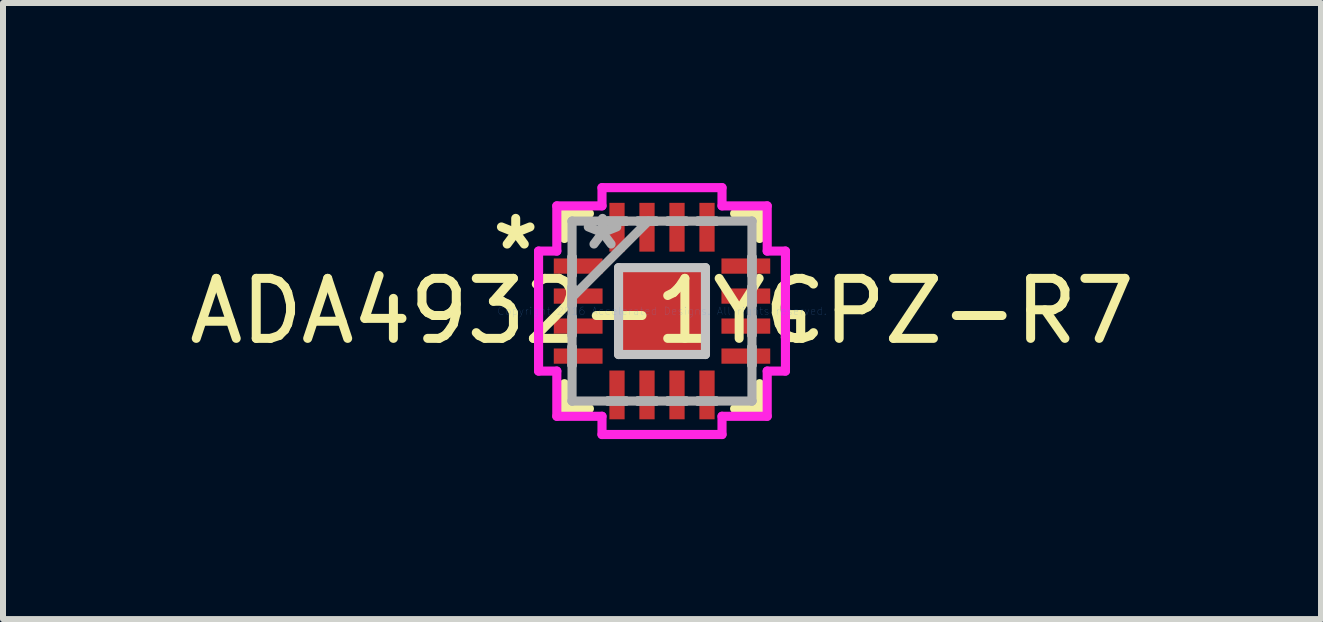
<source format=kicad_pcb>
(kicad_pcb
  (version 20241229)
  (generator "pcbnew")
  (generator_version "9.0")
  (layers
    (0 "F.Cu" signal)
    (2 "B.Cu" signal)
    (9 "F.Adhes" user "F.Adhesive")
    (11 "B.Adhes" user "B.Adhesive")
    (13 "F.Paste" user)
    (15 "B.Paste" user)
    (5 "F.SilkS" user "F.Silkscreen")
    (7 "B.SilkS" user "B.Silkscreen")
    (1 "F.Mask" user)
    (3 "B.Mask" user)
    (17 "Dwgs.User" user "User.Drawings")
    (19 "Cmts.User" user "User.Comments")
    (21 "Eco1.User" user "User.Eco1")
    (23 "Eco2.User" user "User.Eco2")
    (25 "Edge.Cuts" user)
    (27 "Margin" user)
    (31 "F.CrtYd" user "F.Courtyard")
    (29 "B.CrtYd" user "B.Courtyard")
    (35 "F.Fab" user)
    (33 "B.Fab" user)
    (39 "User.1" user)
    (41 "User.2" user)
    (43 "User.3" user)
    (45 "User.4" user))
  (footprint "ADA4932-1YCPZ-R7"
    (layer "F.Cu")
    (at 7.982 2.134)
    (property "Reference" "ADA4932-1YCPZ-R7" (at 0 0 0) (layer "F.SilkS") (effects (font (size 1 1) (thickness 0.15))))
    (attr through_hole)
    (fp_line (start -1.626 -1.626) (end -1.626 -1.21) (stroke (width 0.152) (type solid)) (layer "F.SilkS"))
    (fp_line (start -1.626 1.21) (end -1.626 1.626) (stroke (width 0.152) (type solid)) (layer "F.SilkS"))
    (fp_line (start -1.626 1.626) (end -1.21 1.626) (stroke (width 0.152) (type solid)) (layer "F.SilkS"))
    (fp_line (start -1.21 -1.626) (end -1.626 -1.626) (stroke (width 0.152) (type solid)) (layer "F.SilkS"))
    (fp_line (start 1.21 1.626) (end 1.626 1.626) (stroke (width 0.152) (type solid)) (layer "F.SilkS"))
    (fp_line (start 1.626 -1.626) (end 1.21 -1.626) (stroke (width 0.152) (type solid)) (layer "F.SilkS"))
    (fp_line (start 1.626 -1.21) (end 1.626 -1.626) (stroke (width 0.152) (type solid)) (layer "F.SilkS"))
    (fp_line (start 1.626 1.626) (end 1.626 1.21) (stroke (width 0.152) (type solid)) (layer "F.SilkS"))
    (fp_line (start 2.057 0.059) (end 2.311 0.059) (stroke (width 0.152) (type solid)) (layer "F.SilkS"))
    (fp_line (start 2.057 0.441) (end 2.057 0.059) (stroke (width 0.152) (type solid)) (layer "F.SilkS"))
    (fp_line (start 2.311 0.059) (end 2.311 0.441) (stroke (width 0.152) (type solid)) (layer "F.SilkS"))
    (fp_line (start 2.311 0.441) (end 2.057 0.441) (stroke (width 0.152) (type solid)) (layer "F.SilkS"))
    (fp_line (start -0.724 -0.724) (end -0.724 0.724) (stroke (width 0.152) (type solid)) (layer "Dwgs.User"))
    (fp_line (start -0.724 0.724) (end 0.724 0.724) (stroke (width 0.152) (type solid)) (layer "Dwgs.User"))
    (fp_line (start 0.724 -0.724) (end -0.724 -0.724) (stroke (width 0.152) (type solid)) (layer "Dwgs.User"))
    (fp_line (start 0.724 0.724) (end 0.724 -0.724) (stroke (width 0.152) (type solid)) (layer "Dwgs.User"))
    (fp_line (start -2.057 -1) (end -1.753 -1) (stroke (width 0.152) (type solid)) (layer "F.CrtYd"))
    (fp_line (start -2.057 1) (end -2.057 -1) (stroke (width 0.152) (type solid)) (layer "F.CrtYd"))
    (fp_line (start -1.753 -1.753) (end -1 -1.753) (stroke (width 0.152) (type solid)) (layer "F.CrtYd"))
    (fp_line (start -1.753 -1) (end -1.753 -1.753) (stroke (width 0.152) (type solid)) (layer "F.CrtYd"))
    (fp_line (start -1.753 1) (end -2.057 1) (stroke (width 0.152) (type solid)) (layer "F.CrtYd"))
    (fp_line (start -1.753 1.753) (end -1.753 1) (stroke (width 0.152) (type solid)) (layer "F.CrtYd"))
    (fp_line (start -1 -2.057) (end 1 -2.057) (stroke (width 0.152) (type solid)) (layer "F.CrtYd"))
    (fp_line (start -1 -1.753) (end -1 -2.057) (stroke (width 0.152) (type solid)) (layer "F.CrtYd"))
    (fp_line (start -1 1.753) (end -1.753 1.753) (stroke (width 0.152) (type solid)) (layer "F.CrtYd"))
    (fp_line (start -1 2.057) (end -1 1.753) (stroke (width 0.152) (type solid)) (layer "F.CrtYd"))
    (fp_line (start 1 -2.057) (end 1 -1.753) (stroke (width 0.152) (type solid)) (layer "F.CrtYd"))
    (fp_line (start 1 -1.753) (end 1.753 -1.753) (stroke (width 0.152) (type solid)) (layer "F.CrtYd"))
    (fp_line (start 1 1.753) (end 1 2.057) (stroke (width 0.152) (type solid)) (layer "F.CrtYd"))
    (fp_line (start 1 2.057) (end -1 2.057) (stroke (width 0.152) (type solid)) (layer "F.CrtYd"))
    (fp_line (start 1.753 -1.753) (end 1.753 -1) (stroke (width 0.152) (type solid)) (layer "F.CrtYd"))
    (fp_line (start 1.753 -1) (end 2.057 -1) (stroke (width 0.152) (type solid)) (layer "F.CrtYd"))
    (fp_line (start 1.753 1) (end 1.753 1.753) (stroke (width 0.152) (type solid)) (layer "F.CrtYd"))
    (fp_line (start 1.753 1.753) (end 1 1.753) (stroke (width 0.152) (type solid)) (layer "F.CrtYd"))
    (fp_line (start 2.057 -1) (end 2.057 1) (stroke (width 0.152) (type solid)) (layer "F.CrtYd"))
    (fp_line (start 2.057 1) (end 1.753 1) (stroke (width 0.152) (type solid)) (layer "F.CrtYd"))
    (fp_line (start -1.499 -1.499) (end -1.499 -1.499) (stroke (width 0.152) (type solid)) (layer "F.Fab"))
    (fp_line (start -1.499 -1.499) (end -1.499 1.499) (stroke (width 0.152) (type solid)) (layer "F.Fab"))
    (fp_line (start -1.499 -0.902) (end -1.499 -0.902) (stroke (width 0.152) (type solid)) (layer "F.Fab"))
    (fp_line (start -1.499 -0.902) (end -1.499 -0.598) (stroke (width 0.152) (type solid)) (layer "F.Fab"))
    (fp_line (start -1.499 -0.598) (end -1.499 -0.902) (stroke (width 0.152) (type solid)) (layer "F.Fab"))
    (fp_line (start -1.499 -0.598) (end -1.499 -0.598) (stroke (width 0.152) (type solid)) (layer "F.Fab"))
    (fp_line (start -1.499 -0.402) (end -1.499 -0.402) (stroke (width 0.152) (type solid)) (layer "F.Fab"))
    (fp_line (start -1.499 -0.402) (end -1.499 -0.098) (stroke (width 0.152) (type solid)) (layer "F.Fab"))
    (fp_line (start -1.499 -0.229) (end -0.229 -1.499) (stroke (width 0.152) (type solid)) (layer "F.Fab"))
    (fp_line (start -1.499 -0.098) (end -1.499 -0.402) (stroke (width 0.152) (type solid)) (layer "F.Fab"))
    (fp_line (start -1.499 -0.098) (end -1.499 -0.098) (stroke (width 0.152) (type solid)) (layer "F.Fab"))
    (fp_line (start -1.499 0.098) (end -1.499 0.098) (stroke (width 0.152) (type solid)) (layer "F.Fab"))
    (fp_line (start -1.499 0.098) (end -1.499 0.402) (stroke (width 0.152) (type solid)) (layer "F.Fab"))
    (fp_line (start -1.499 0.402) (end -1.499 0.098) (stroke (width 0.152) (type solid)) (layer "F.Fab"))
    (fp_line (start -1.499 0.402) (end -1.499 0.402) (stroke (width 0.152) (type solid)) (layer "F.Fab"))
    (fp_line (start -1.499 0.598) (end -1.499 0.598) (stroke (width 0.152) (type solid)) (layer "F.Fab"))
    (fp_line (start -1.499 0.598) (end -1.499 0.902) (stroke (width 0.152) (type solid)) (layer "F.Fab"))
    (fp_line (start -1.499 0.902) (end -1.499 0.598) (stroke (width 0.152) (type solid)) (layer "F.Fab"))
    (fp_line (start -1.499 0.902) (end -1.499 0.902) (stroke (width 0.152) (type solid)) (layer "F.Fab"))
    (fp_line (start -1.499 1.499) (end -1.499 1.499) (stroke (width 0.152) (type solid)) (layer "F.Fab"))
    (fp_line (start -1.499 1.499) (end 1.499 1.499) (stroke (width 0.152) (type solid)) (layer "F.Fab"))
    (fp_line (start -0.902 -1.499) (end -0.902 -1.499) (stroke (width 0.152) (type solid)) (layer "F.Fab"))
    (fp_line (start -0.902 -1.499) (end -0.598 -1.499) (stroke (width 0.152) (type solid)) (layer "F.Fab"))
    (fp_line (start -0.902 1.499) (end -0.902 1.499) (stroke (width 0.152) (type solid)) (layer "F.Fab"))
    (fp_line (start -0.902 1.499) (end -0.598 1.499) (stroke (width 0.152) (type solid)) (layer "F.Fab"))
    (fp_line (start -0.598 -1.499) (end -0.902 -1.499) (stroke (width 0.152) (type solid)) (layer "F.Fab"))
    (fp_line (start -0.598 -1.499) (end -0.598 -1.499) (stroke (width 0.152) (type solid)) (layer "F.Fab"))
    (fp_line (start -0.598 1.499) (end -0.902 1.499) (stroke (width 0.152) (type solid)) (layer "F.Fab"))
    (fp_line (start -0.598 1.499) (end -0.598 1.499) (stroke (width 0.152) (type solid)) (layer "F.Fab"))
    (fp_line (start -0.402 -1.499) (end -0.402 -1.499) (stroke (width 0.152) (type solid)) (layer "F.Fab"))
    (fp_line (start -0.402 -1.499) (end -0.098 -1.499) (stroke (width 0.152) (type solid)) (layer "F.Fab"))
    (fp_line (start -0.402 1.499) (end -0.402 1.499) (stroke (width 0.152) (type solid)) (layer "F.Fab"))
    (fp_line (start -0.402 1.499) (end -0.098 1.499) (stroke (width 0.152) (type solid)) (layer "F.Fab"))
    (fp_line (start -0.098 -1.499) (end -0.402 -1.499) (stroke (width 0.152) (type solid)) (layer "F.Fab"))
    (fp_line (start -0.098 -1.499) (end -0.098 -1.499) (stroke (width 0.152) (type solid)) (layer "F.Fab"))
    (fp_line (start -0.098 1.499) (end -0.402 1.499) (stroke (width 0.152) (type solid)) (layer "F.Fab"))
    (fp_line (start -0.098 1.499) (end -0.098 1.499) (stroke (width 0.152) (type solid)) (layer "F.Fab"))
    (fp_line (start 0.098 -1.499) (end 0.098 -1.499) (stroke (width 0.152) (type solid)) (layer "F.Fab"))
    (fp_line (start 0.098 -1.499) (end 0.402 -1.499) (stroke (width 0.152) (type solid)) (layer "F.Fab"))
    (fp_line (start 0.098 1.499) (end 0.098 1.499) (stroke (width 0.152) (type solid)) (layer "F.Fab"))
    (fp_line (start 0.098 1.499) (end 0.402 1.499) (stroke (width 0.152) (type solid)) (layer "F.Fab"))
    (fp_line (start 0.402 -1.499) (end 0.098 -1.499) (stroke (width 0.152) (type solid)) (layer "F.Fab"))
    (fp_line (start 0.402 -1.499) (end 0.402 -1.499) (stroke (width 0.152) (type solid)) (layer "F.Fab"))
    (fp_line (start 0.402 1.499) (end 0.098 1.499) (stroke (width 0.152) (type solid)) (layer "F.Fab"))
    (fp_line (start 0.402 1.499) (end 0.402 1.499) (stroke (width 0.152) (type solid)) (layer "F.Fab"))
    (fp_line (start 0.598 -1.499) (end 0.598 -1.499) (stroke (width 0.152) (type solid)) (layer "F.Fab"))
    (fp_line (start 0.598 -1.499) (end 0.902 -1.499) (stroke (width 0.152) (type solid)) (layer "F.Fab"))
    (fp_line (start 0.598 1.499) (end 0.598 1.499) (stroke (width 0.152) (type solid)) (layer "F.Fab"))
    (fp_line (start 0.598 1.499) (end 0.902 1.499) (stroke (width 0.152) (type solid)) (layer "F.Fab"))
    (fp_line (start 0.902 -1.499) (end 0.598 -1.499) (stroke (width 0.152) (type solid)) (layer "F.Fab"))
    (fp_line (start 0.902 -1.499) (end 0.902 -1.499) (stroke (width 0.152) (type solid)) (layer "F.Fab"))
    (fp_line (start 0.902 1.499) (end 0.598 1.499) (stroke (width 0.152) (type solid)) (layer "F.Fab"))
    (fp_line (start 0.902 1.499) (end 0.902 1.499) (stroke (width 0.152) (type solid)) (layer "F.Fab"))
    (fp_line (start 1.499 -1.499) (end -1.499 -1.499) (stroke (width 0.152) (type solid)) (layer "F.Fab"))
    (fp_line (start 1.499 -1.499) (end 1.499 -1.499) (stroke (width 0.152) (type solid)) (layer "F.Fab"))
    (fp_line (start 1.499 -0.902) (end 1.499 -0.902) (stroke (width 0.152) (type solid)) (layer "F.Fab"))
    (fp_line (start 1.499 -0.902) (end 1.499 -0.598) (stroke (width 0.152) (type solid)) (layer "F.Fab"))
    (fp_line (start 1.499 -0.598) (end 1.499 -0.902) (stroke (width 0.152) (type solid)) (layer "F.Fab"))
    (fp_line (start 1.499 -0.598) (end 1.499 -0.598) (stroke (width 0.152) (type solid)) (layer "F.Fab"))
    (fp_line (start 1.499 -0.402) (end 1.499 -0.402) (stroke (width 0.152) (type solid)) (layer "F.Fab"))
    (fp_line (start 1.499 -0.402) (end 1.499 -0.098) (stroke (width 0.152) (type solid)) (layer "F.Fab"))
    (fp_line (start 1.499 -0.098) (end 1.499 -0.402) (stroke (width 0.152) (type solid)) (layer "F.Fab"))
    (fp_line (start 1.499 -0.098) (end 1.499 -0.098) (stroke (width 0.152) (type solid)) (layer "F.Fab"))
    (fp_line (start 1.499 0.098) (end 1.499 0.098) (stroke (width 0.152) (type solid)) (layer "F.Fab"))
    (fp_line (start 1.499 0.098) (end 1.499 0.402) (stroke (width 0.152) (type solid)) (layer "F.Fab"))
    (fp_line (start 1.499 0.402) (end 1.499 0.098) (stroke (width 0.152) (type solid)) (layer "F.Fab"))
    (fp_line (start 1.499 0.402) (end 1.499 0.402) (stroke (width 0.152) (type solid)) (layer "F.Fab"))
    (fp_line (start 1.499 0.598) (end 1.499 0.598) (stroke (width 0.152) (type solid)) (layer "F.Fab"))
    (fp_line (start 1.499 0.598) (end 1.499 0.902) (stroke (width 0.152) (type solid)) (layer "F.Fab"))
    (fp_line (start 1.499 0.902) (end 1.499 0.598) (stroke (width 0.152) (type solid)) (layer "F.Fab"))
    (fp_line (start 1.499 0.902) (end 1.499 0.902) (stroke (width 0.152) (type solid)) (layer "F.Fab"))
    (fp_line (start 1.499 1.499) (end 1.499 -1.499) (stroke (width 0.152) (type solid)) (layer "F.Fab"))
    (fp_line (start 1.499 1.499) (end 1.499 1.499) (stroke (width 0.152) (type solid)) (layer "F.Fab"))
    (fp_text user "*" (at -2.438 -1 0) (layer "F.SilkS") (effects (font (size 1 1) (thickness 0.15))))
    (fp_text user "Copyright 2016 Accelerated Designs. All rights reserved." (at 0 0 0) (layer "Cmts.User") (effects (font (size 0.127 0.127) (thickness 0.002))))
    (fp_text user "*" (at -0.991 -1 0) (layer "F.Fab") (effects (font (size 1 1) (thickness 0.15))))
    (pad "1" smd rect (at -1.397 -0.75 90) (size 0.254 0.813) (layers "F.Cu" "F.Mask" "F.Paste"))
    (pad "2" smd rect (at -1.397 -0.25 90) (size 0.254 0.813) (layers "F.Cu" "F.Mask" "F.Paste"))
    (pad "3" smd rect (at -1.397 0.25 90) (size 0.254 0.813) (layers "F.Cu" "F.Mask" "F.Paste"))
    (pad "4" smd rect (at -1.397 0.75 90) (size 0.254 0.813) (layers "F.Cu" "F.Mask" "F.Paste"))
    (pad "5" smd rect (at -0.75 1.397) (size 0.254 0.813) (layers "F.Cu" "F.Mask" "F.Paste"))
    (pad "6" smd rect (at -0.25 1.397) (size 0.254 0.813) (layers "F.Cu" "F.Mask" "F.Paste"))
    (pad "7" smd rect (at 0.25 1.397) (size 0.254 0.813) (layers "F.Cu" "F.Mask" "F.Paste"))
    (pad "8" smd rect (at 0.75 1.397) (size 0.254 0.813) (layers "F.Cu" "F.Mask" "F.Paste"))
    (pad "9" smd rect (at 1.397 0.75 90) (size 0.254 0.813) (layers "F.Cu" "F.Mask" "F.Paste"))
    (pad "10" smd rect (at 1.397 0.25 90) (size 0.254 0.813) (layers "F.Cu" "F.Mask" "F.Paste"))
    (pad "11" smd rect (at 1.397 -0.25 90) (size 0.254 0.813) (layers "F.Cu" "F.Mask" "F.Paste"))
    (pad "12" smd rect (at 1.397 -0.75 90) (size 0.254 0.813) (layers "F.Cu" "F.Mask" "F.Paste"))
    (pad "13" smd rect (at 0.75 -1.397) (size 0.254 0.813) (layers "F.Cu" "F.Mask" "F.Paste"))
    (pad "14" smd rect (at 0.25 -1.397) (size 0.254 0.813) (layers "F.Cu" "F.Mask" "F.Paste"))
    (pad "15" smd rect (at -0.25 -1.397) (size 0.254 0.813) (layers "F.Cu" "F.Mask" "F.Paste"))
    (pad "16" smd rect (at -0.75 -1.397) (size 0.254 0.813) (layers "F.Cu" "F.Mask" "F.Paste"))
    (pad "17" smd rect (at 0 0) (size 1.448 1.448) (layers "F.Cu" "F.Mask" "F.Paste")))
  (gr_rect
    (start -3 -3)
    (end 18.964 7.267)
    (stroke (width 0.1) (type default))
    (fill no)
    (layer "Edge.Cuts")))
</source>
